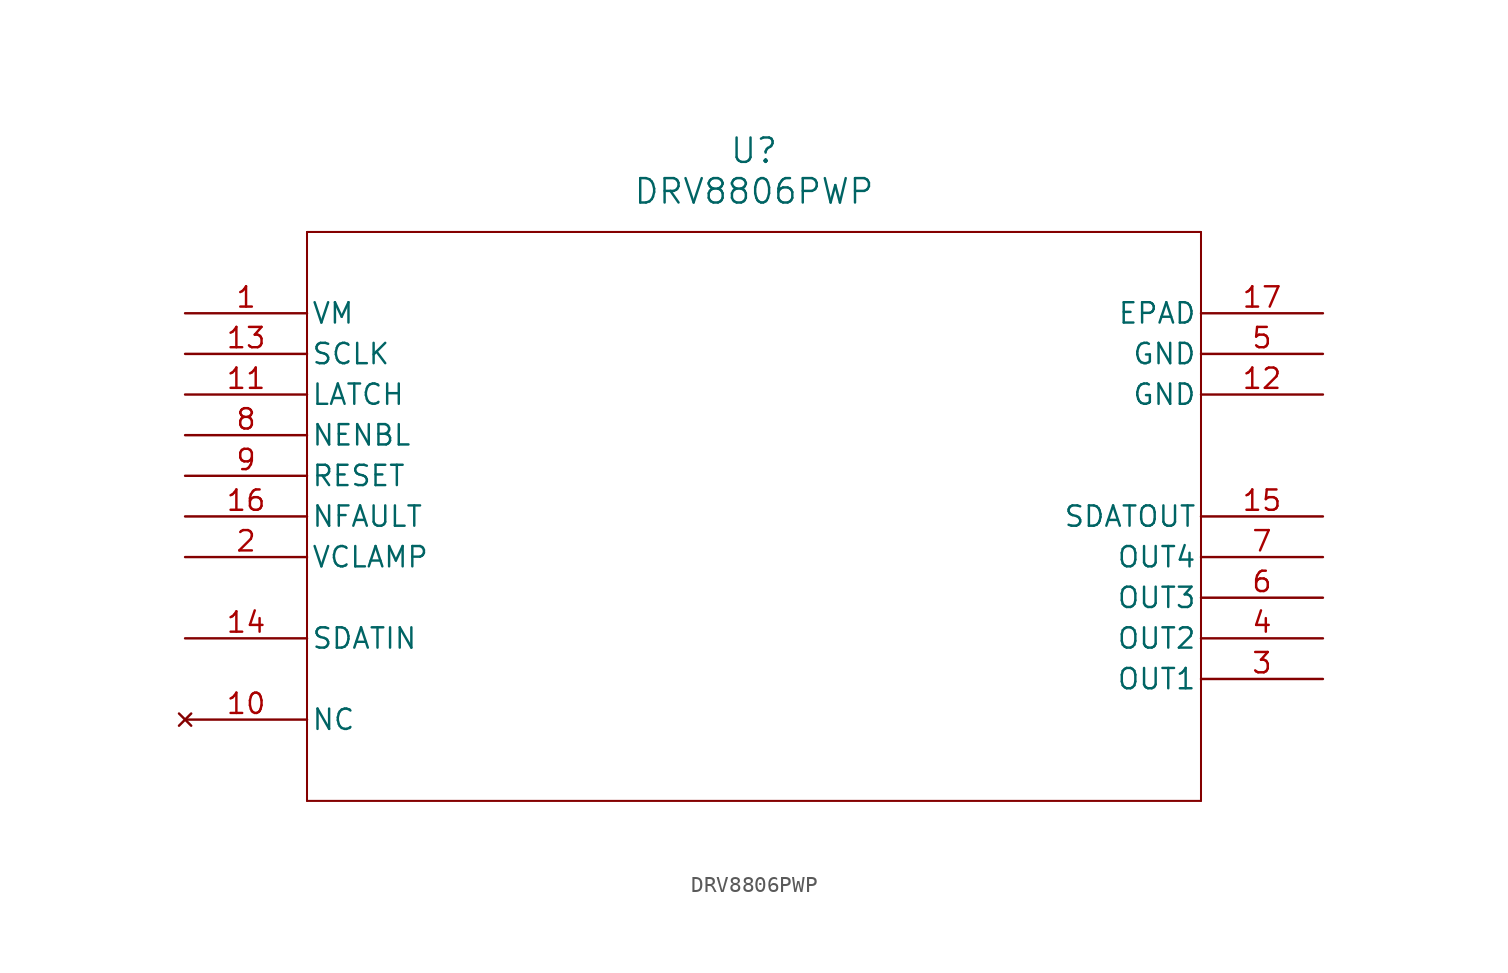
<source format=kicad_sym>
(kicad_symbol_lib
  (version 20211014)
  (generator kicad_symbol_editor)
  (symbol "DRV8806PWP"
    (pin_names
      (offset 0.254))
    (property "Reference" "U"
      (at 35.56 10.16 0)
      (effects (font (size 1.524 1.524))))
    (property "Value" "DRV8806PWP"
      (at 35.56 7.62 0)
      (effects (font (size 1.524 1.524))))
    (symbol "DRV8806PWP_0_1"
      (polyline (pts (xy 7.62 5.08) (xy 7.62 -30.48)) (stroke (width 0.127) (type default) (color 0 0 0 0)) (fill (type none)))
      (polyline (pts (xy 7.62 -30.48) (xy 63.5 -30.48)) (stroke (width 0.127) (type default) (color 0 0 0 0)) (fill (type none)))
      (polyline (pts (xy 63.5 -30.48) (xy 63.5 5.08)) (stroke (width 0.127) (type default) (color 0 0 0 0)) (fill (type none)))
      (polyline (pts (xy 63.5 5.08) (xy 7.62 5.08)) (stroke (width 0.127) (type default) (color 0 0 0 0)) (fill (type none)))
      (pin power_in line (at 0 0 0) (length 7.62) (name "VM" (effects (font (size 1.27 1.27)))) (number "1" (effects (font (size 1.27 1.27)))))
      (pin output line (at 0 -15.24 0) (length 7.62) (name "VCLAMP" (effects (font (size 1.27 1.27)))) (number "2" (effects (font (size 1.27 1.27)))))
      (pin output line (at 71.12 -22.86 180) (length 7.62) (name "OUT1" (effects (font (size 1.27 1.27)))) (number "3" (effects (font (size 1.27 1.27)))))
      (pin output line (at 71.12 -20.32 180) (length 7.62) (name "OUT2" (effects (font (size 1.27 1.27)))) (number "4" (effects (font (size 1.27 1.27)))))
      (pin power_in line (at 71.12 -2.54 180) (length 7.62) (name "GND" (effects (font (size 1.27 1.27)))) (number "5" (effects (font (size 1.27 1.27)))))
      (pin output line (at 71.12 -17.78 180) (length 7.62) (name "OUT3" (effects (font (size 1.27 1.27)))) (number "6" (effects (font (size 1.27 1.27)))))
      (pin output line (at 71.12 -15.24 180) (length 7.62) (name "OUT4" (effects (font (size 1.27 1.27)))) (number "7" (effects (font (size 1.27 1.27)))))
      (pin input line (at 0 -7.62 0) (length 7.62) (name "NENBL" (effects (font (size 1.27 1.27)))) (number "8" (effects (font (size 1.27 1.27)))))
      (pin input line (at 0 -10.16 0) (length 7.62) (name "RESET" (effects (font (size 1.27 1.27)))) (number "9" (effects (font (size 1.27 1.27)))))
      (pin no_connect line (at 0 -25.4 0) (length 7.62) (name "NC" (effects (font (size 1.27 1.27)))) (number "10" (effects (font (size 1.27 1.27)))))
      (pin input line (at 0 -5.08 0) (length 7.62) (name "LATCH" (effects (font (size 1.27 1.27)))) (number "11" (effects (font (size 1.27 1.27)))))
      (pin power_in line (at 71.12 -5.08 180) (length 7.62) (name "GND" (effects (font (size 1.27 1.27)))) (number "12" (effects (font (size 1.27 1.27)))))
      (pin input line (at 0 -2.54 0) (length 7.62) (name "SCLK" (effects (font (size 1.27 1.27)))) (number "13" (effects (font (size 1.27 1.27)))))
      (pin input line (at 0 -20.32 0) (length 7.62) (name "SDATIN" (effects (font (size 1.27 1.27)))) (number "14" (effects (font (size 1.27 1.27)))))
      (pin output line (at 71.12 -12.7 180) (length 7.62) (name "SDATOUT" (effects (font (size 1.27 1.27)))) (number "15" (effects (font (size 1.27 1.27)))))
      (pin output line (at 0 -12.7 0) (length 7.62) (name "NFAULT" (effects (font (size 1.27 1.27)))) (number "16" (effects (font (size 1.27 1.27)))))
      (pin unspecified line (at 71.12 0 180) (length 7.62) (name "EPAD" (effects (font (size 1.27 1.27)))) (number "17" (effects (font (size 1.27 1.27))))))))
</source>
